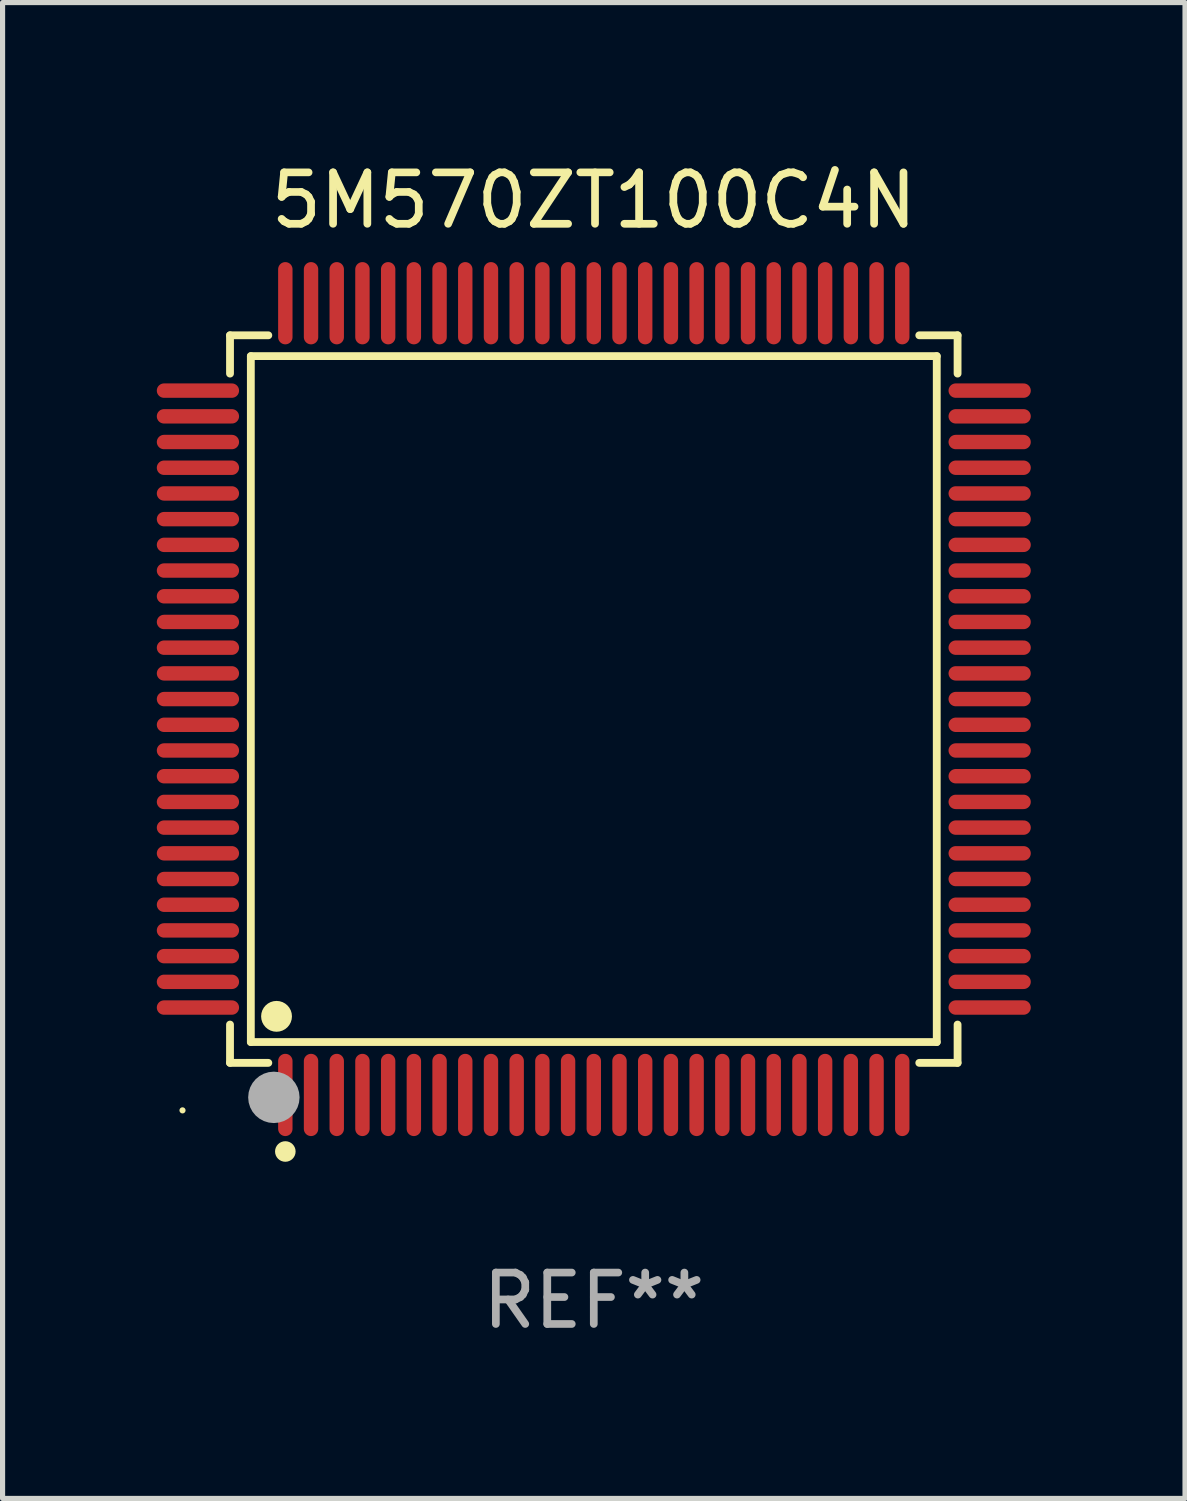
<source format=kicad_pcb>
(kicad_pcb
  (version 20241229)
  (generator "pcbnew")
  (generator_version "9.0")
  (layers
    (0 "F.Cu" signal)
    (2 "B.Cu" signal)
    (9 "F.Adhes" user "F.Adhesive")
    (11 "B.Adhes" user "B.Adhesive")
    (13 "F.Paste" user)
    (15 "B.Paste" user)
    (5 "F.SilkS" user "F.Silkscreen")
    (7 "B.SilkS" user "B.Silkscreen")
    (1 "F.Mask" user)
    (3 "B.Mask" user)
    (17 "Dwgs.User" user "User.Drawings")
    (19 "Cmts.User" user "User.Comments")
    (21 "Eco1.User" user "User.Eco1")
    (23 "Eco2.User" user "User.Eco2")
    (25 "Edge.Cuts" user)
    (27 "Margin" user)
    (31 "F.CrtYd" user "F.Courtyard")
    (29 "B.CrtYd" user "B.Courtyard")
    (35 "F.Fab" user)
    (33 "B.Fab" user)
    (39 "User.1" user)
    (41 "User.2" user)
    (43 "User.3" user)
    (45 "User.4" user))
  (footprint "5M570ZT100C4N"
    (layer "F.Cu")
    (at 8.5 10.548)
    (property "Reference" "5M570ZT100C4N" (at 0 -9.7 0) (layer "F.SilkS") (effects (font (size 1 1) (thickness 0.15))))
    (attr through_hole)
    (fp_line (start -7.076 -7.076) (end -6.331 -7.076) (stroke (width 0.152) (type solid)) (layer "F.SilkS"))
    (fp_line (start -7.076 -6.331) (end -7.076 -7.076) (stroke (width 0.152) (type solid)) (layer "F.SilkS"))
    (fp_line (start -7.076 6.331) (end -7.076 7.076) (stroke (width 0.152) (type solid)) (layer "F.SilkS"))
    (fp_line (start -7.076 7.076) (end -6.331 7.076) (stroke (width 0.152) (type solid)) (layer "F.SilkS"))
    (fp_line (start -6.671 -6.671) (end 6.671 -6.671) (stroke (width 0.152) (type solid)) (layer "F.SilkS"))
    (fp_line (start -6.671 6.671) (end -6.671 -6.671) (stroke (width 0.152) (type solid)) (layer "F.SilkS"))
    (fp_line (start 6.671 -6.671) (end 6.671 6.671) (stroke (width 0.152) (type solid)) (layer "F.SilkS"))
    (fp_line (start 6.671 6.671) (end -6.671 6.671) (stroke (width 0.152) (type solid)) (layer "F.SilkS"))
    (fp_line (start 7.076 -7.076) (end 6.331 -7.076) (stroke (width 0.152) (type solid)) (layer "F.SilkS"))
    (fp_line (start 7.076 -6.331) (end 7.076 -7.076) (stroke (width 0.152) (type solid)) (layer "F.SilkS"))
    (fp_line (start 7.076 6.331) (end 7.076 7.076) (stroke (width 0.152) (type solid)) (layer "F.SilkS"))
    (fp_line (start 7.076 7.076) (end 6.331 7.076) (stroke (width 0.152) (type solid)) (layer "F.SilkS"))
    (fp_circle (center -8 8) (end -7.97 8) (stroke (width 0.06) (type solid)) (fill no) (layer "F.SilkS"))
    (fp_circle (center -6.171 6.171) (end -6.021 6.171) (stroke (width 0.3) (type solid)) (fill no) (layer "F.SilkS"))
    (fp_circle (center -6 8.8) (end -5.9 8.8) (stroke (width 0.2) (type solid)) (fill no) (layer "F.SilkS"))
    (fp_circle (center -6.223 7.747) (end -5.973 7.747) (stroke (width 0.5) (type solid)) (fill no) (layer "F.Fab"))
    (fp_text user "REF**" (at 0 11.7 0) (layer "F.Fab") (effects (font (size 1 1) (thickness 0.15))))
    (pad "1" smd oval (at -6 7.7) (size 0.28 1.6) (layers "F.Cu" "F.Mask" "F.Paste"))
    (pad "2" smd oval (at -5.5 7.7) (size 0.28 1.6) (layers "F.Cu" "F.Mask" "F.Paste"))
    (pad "3" smd oval (at -5 7.7) (size 0.28 1.6) (layers "F.Cu" "F.Mask" "F.Paste"))
    (pad "4" smd oval (at -4.5 7.7) (size 0.28 1.6) (layers "F.Cu" "F.Mask" "F.Paste"))
    (pad "5" smd oval (at -4 7.7) (size 0.28 1.6) (layers "F.Cu" "F.Mask" "F.Paste"))
    (pad "6" smd oval (at -3.5 7.7) (size 0.28 1.6) (layers "F.Cu" "F.Mask" "F.Paste"))
    (pad "7" smd oval (at -3 7.7) (size 0.28 1.6) (layers "F.Cu" "F.Mask" "F.Paste"))
    (pad "8" smd oval (at -2.5 7.7) (size 0.28 1.6) (layers "F.Cu" "F.Mask" "F.Paste"))
    (pad "9" smd oval (at -2 7.7) (size 0.28 1.6) (layers "F.Cu" "F.Mask" "F.Paste"))
    (pad "10" smd oval (at -1.5 7.7) (size 0.28 1.6) (layers "F.Cu" "F.Mask" "F.Paste"))
    (pad "11" smd oval (at -1 7.7) (size 0.28 1.6) (layers "F.Cu" "F.Mask" "F.Paste"))
    (pad "12" smd oval (at -0.5 7.7) (size 0.28 1.6) (layers "F.Cu" "F.Mask" "F.Paste"))
    (pad "13" smd oval (at 0 7.7) (size 0.28 1.6) (layers "F.Cu" "F.Mask" "F.Paste"))
    (pad "14" smd oval (at 0.5 7.7) (size 0.28 1.6) (layers "F.Cu" "F.Mask" "F.Paste"))
    (pad "15" smd oval (at 1 7.7) (size 0.28 1.6) (layers "F.Cu" "F.Mask" "F.Paste"))
    (pad "16" smd oval (at 1.5 7.7) (size 0.28 1.6) (layers "F.Cu" "F.Mask" "F.Paste"))
    (pad "17" smd oval (at 2 7.7) (size 0.28 1.6) (layers "F.Cu" "F.Mask" "F.Paste"))
    (pad "18" smd oval (at 2.5 7.7) (size 0.28 1.6) (layers "F.Cu" "F.Mask" "F.Paste"))
    (pad "19" smd oval (at 3 7.7) (size 0.28 1.6) (layers "F.Cu" "F.Mask" "F.Paste"))
    (pad "20" smd oval (at 3.5 7.7) (size 0.28 1.6) (layers "F.Cu" "F.Mask" "F.Paste"))
    (pad "21" smd oval (at 4 7.7) (size 0.28 1.6) (layers "F.Cu" "F.Mask" "F.Paste"))
    (pad "22" smd oval (at 4.5 7.7) (size 0.28 1.6) (layers "F.Cu" "F.Mask" "F.Paste"))
    (pad "23" smd oval (at 5 7.7) (size 0.28 1.6) (layers "F.Cu" "F.Mask" "F.Paste"))
    (pad "24" smd oval (at 5.5 7.7) (size 0.28 1.6) (layers "F.Cu" "F.Mask" "F.Paste"))
    (pad "25" smd oval (at 6 7.7) (size 0.28 1.6) (layers "F.Cu" "F.Mask" "F.Paste"))
    (pad "26" smd oval (at 7.7 6) (size 1.6 0.28) (layers "F.Cu" "F.Mask" "F.Paste"))
    (pad "27" smd oval (at 7.7 5.5) (size 1.6 0.28) (layers "F.Cu" "F.Mask" "F.Paste"))
    (pad "28" smd oval (at 7.7 5) (size 1.6 0.28) (layers "F.Cu" "F.Mask" "F.Paste"))
    (pad "29" smd oval (at 7.7 4.5) (size 1.6 0.28) (layers "F.Cu" "F.Mask" "F.Paste"))
    (pad "30" smd oval (at 7.7 4) (size 1.6 0.28) (layers "F.Cu" "F.Mask" "F.Paste"))
    (pad "31" smd oval (at 7.7 3.5) (size 1.6 0.28) (layers "F.Cu" "F.Mask" "F.Paste"))
    (pad "32" smd oval (at 7.7 3) (size 1.6 0.28) (layers "F.Cu" "F.Mask" "F.Paste"))
    (pad "33" smd oval (at 7.7 2.5) (size 1.6 0.28) (layers "F.Cu" "F.Mask" "F.Paste"))
    (pad "34" smd oval (at 7.7 2) (size 1.6 0.28) (layers "F.Cu" "F.Mask" "F.Paste"))
    (pad "35" smd oval (at 7.7 1.5) (size 1.6 0.28) (layers "F.Cu" "F.Mask" "F.Paste"))
    (pad "36" smd oval (at 7.7 1) (size 1.6 0.28) (layers "F.Cu" "F.Mask" "F.Paste"))
    (pad "37" smd oval (at 7.7 0.5) (size 1.6 0.28) (layers "F.Cu" "F.Mask" "F.Paste"))
    (pad "38" smd oval (at 7.7 0) (size 1.6 0.28) (layers "F.Cu" "F.Mask" "F.Paste"))
    (pad "39" smd oval (at 7.7 -0.5) (size 1.6 0.28) (layers "F.Cu" "F.Mask" "F.Paste"))
    (pad "40" smd oval (at 7.7 -1) (size 1.6 0.28) (layers "F.Cu" "F.Mask" "F.Paste"))
    (pad "41" smd oval (at 7.7 -1.5) (size 1.6 0.28) (layers "F.Cu" "F.Mask" "F.Paste"))
    (pad "42" smd oval (at 7.7 -2) (size 1.6 0.28) (layers "F.Cu" "F.Mask" "F.Paste"))
    (pad "43" smd oval (at 7.7 -2.5) (size 1.6 0.28) (layers "F.Cu" "F.Mask" "F.Paste"))
    (pad "44" smd oval (at 7.7 -3) (size 1.6 0.28) (layers "F.Cu" "F.Mask" "F.Paste"))
    (pad "45" smd oval (at 7.7 -3.5) (size 1.6 0.28) (layers "F.Cu" "F.Mask" "F.Paste"))
    (pad "46" smd oval (at 7.7 -4) (size 1.6 0.28) (layers "F.Cu" "F.Mask" "F.Paste"))
    (pad "47" smd oval (at 7.7 -4.5) (size 1.6 0.28) (layers "F.Cu" "F.Mask" "F.Paste"))
    (pad "48" smd oval (at 7.7 -5) (size 1.6 0.28) (layers "F.Cu" "F.Mask" "F.Paste"))
    (pad "49" smd oval (at 7.7 -5.5) (size 1.6 0.28) (layers "F.Cu" "F.Mask" "F.Paste"))
    (pad "50" smd oval (at 7.7 -6) (size 1.6 0.28) (layers "F.Cu" "F.Mask" "F.Paste"))
    (pad "51" smd oval (at 6 -7.7) (size 0.28 1.6) (layers "F.Cu" "F.Mask" "F.Paste"))
    (pad "52" smd oval (at 5.5 -7.7) (size 0.28 1.6) (layers "F.Cu" "F.Mask" "F.Paste"))
    (pad "53" smd oval (at 5 -7.7) (size 0.28 1.6) (layers "F.Cu" "F.Mask" "F.Paste"))
    (pad "54" smd oval (at 4.5 -7.7) (size 0.28 1.6) (layers "F.Cu" "F.Mask" "F.Paste"))
    (pad "55" smd oval (at 4 -7.7) (size 0.28 1.6) (layers "F.Cu" "F.Mask" "F.Paste"))
    (pad "56" smd oval (at 3.5 -7.7) (size 0.28 1.6) (layers "F.Cu" "F.Mask" "F.Paste"))
    (pad "57" smd oval (at 3 -7.7) (size 0.28 1.6) (layers "F.Cu" "F.Mask" "F.Paste"))
    (pad "58" smd oval (at 2.5 -7.7) (size 0.28 1.6) (layers "F.Cu" "F.Mask" "F.Paste"))
    (pad "59" smd oval (at 2 -7.7) (size 0.28 1.6) (layers "F.Cu" "F.Mask" "F.Paste"))
    (pad "60" smd oval (at 1.5 -7.7) (size 0.28 1.6) (layers "F.Cu" "F.Mask" "F.Paste"))
    (pad "61" smd oval (at 1 -7.7) (size 0.28 1.6) (layers "F.Cu" "F.Mask" "F.Paste"))
    (pad "62" smd oval (at 0.5 -7.7) (size 0.28 1.6) (layers "F.Cu" "F.Mask" "F.Paste"))
    (pad "63" smd oval (at 0 -7.7) (size 0.28 1.6) (layers "F.Cu" "F.Mask" "F.Paste"))
    (pad "64" smd oval (at -0.5 -7.7) (size 0.28 1.6) (layers "F.Cu" "F.Mask" "F.Paste"))
    (pad "65" smd oval (at -1 -7.7) (size 0.28 1.6) (layers "F.Cu" "F.Mask" "F.Paste"))
    (pad "66" smd oval (at -1.5 -7.7) (size 0.28 1.6) (layers "F.Cu" "F.Mask" "F.Paste"))
    (pad "67" smd oval (at -2 -7.7) (size 0.28 1.6) (layers "F.Cu" "F.Mask" "F.Paste"))
    (pad "68" smd oval (at -2.5 -7.7) (size 0.28 1.6) (layers "F.Cu" "F.Mask" "F.Paste"))
    (pad "69" smd oval (at -3 -7.7) (size 0.28 1.6) (layers "F.Cu" "F.Mask" "F.Paste"))
    (pad "70" smd oval (at -3.5 -7.7) (size 0.28 1.6) (layers "F.Cu" "F.Mask" "F.Paste"))
    (pad "71" smd oval (at -4 -7.7) (size 0.28 1.6) (layers "F.Cu" "F.Mask" "F.Paste"))
    (pad "72" smd oval (at -4.5 -7.7) (size 0.28 1.6) (layers "F.Cu" "F.Mask" "F.Paste"))
    (pad "73" smd oval (at -5 -7.7) (size 0.28 1.6) (layers "F.Cu" "F.Mask" "F.Paste"))
    (pad "74" smd oval (at -5.5 -7.7) (size 0.28 1.6) (layers "F.Cu" "F.Mask" "F.Paste"))
    (pad "75" smd oval (at -6 -7.7) (size 0.28 1.6) (layers "F.Cu" "F.Mask" "F.Paste"))
    (pad "76" smd oval (at -7.7 -6) (size 1.6 0.28) (layers "F.Cu" "F.Mask" "F.Paste"))
    (pad "77" smd oval (at -7.7 -5.5) (size 1.6 0.28) (layers "F.Cu" "F.Mask" "F.Paste"))
    (pad "78" smd oval (at -7.7 -5) (size 1.6 0.28) (layers "F.Cu" "F.Mask" "F.Paste"))
    (pad "79" smd oval (at -7.7 -4.5) (size 1.6 0.28) (layers "F.Cu" "F.Mask" "F.Paste"))
    (pad "80" smd oval (at -7.7 -4) (size 1.6 0.28) (layers "F.Cu" "F.Mask" "F.Paste"))
    (pad "81" smd oval (at -7.7 -3.5) (size 1.6 0.28) (layers "F.Cu" "F.Mask" "F.Paste"))
    (pad "82" smd oval (at -7.7 -3) (size 1.6 0.28) (layers "F.Cu" "F.Mask" "F.Paste"))
    (pad "83" smd oval (at -7.7 -2.5) (size 1.6 0.28) (layers "F.Cu" "F.Mask" "F.Paste"))
    (pad "84" smd oval (at -7.7 -2) (size 1.6 0.28) (layers "F.Cu" "F.Mask" "F.Paste"))
    (pad "85" smd oval (at -7.7 -1.5) (size 1.6 0.28) (layers "F.Cu" "F.Mask" "F.Paste"))
    (pad "86" smd oval (at -7.7 -1) (size 1.6 0.28) (layers "F.Cu" "F.Mask" "F.Paste"))
    (pad "87" smd oval (at -7.7 -0.5) (size 1.6 0.28) (layers "F.Cu" "F.Mask" "F.Paste"))
    (pad "88" smd oval (at -7.7 0) (size 1.6 0.28) (layers "F.Cu" "F.Mask" "F.Paste"))
    (pad "89" smd oval (at -7.7 0.5) (size 1.6 0.28) (layers "F.Cu" "F.Mask" "F.Paste"))
    (pad "90" smd oval (at -7.7 1) (size 1.6 0.28) (layers "F.Cu" "F.Mask" "F.Paste"))
    (pad "91" smd oval (at -7.7 1.5) (size 1.6 0.28) (layers "F.Cu" "F.Mask" "F.Paste"))
    (pad "92" smd oval (at -7.7 2) (size 1.6 0.28) (layers "F.Cu" "F.Mask" "F.Paste"))
    (pad "93" smd oval (at -7.7 2.5) (size 1.6 0.28) (layers "F.Cu" "F.Mask" "F.Paste"))
    (pad "94" smd oval (at -7.7 3) (size 1.6 0.28) (layers "F.Cu" "F.Mask" "F.Paste"))
    (pad "95" smd oval (at -7.7 3.5) (size 1.6 0.28) (layers "F.Cu" "F.Mask" "F.Paste"))
    (pad "96" smd oval (at -7.7 4) (size 1.6 0.28) (layers "F.Cu" "F.Mask" "F.Paste"))
    (pad "97" smd oval (at -7.7 4.5) (size 1.6 0.28) (layers "F.Cu" "F.Mask" "F.Paste"))
    (pad "98" smd oval (at -7.7 5) (size 1.6 0.28) (layers "F.Cu" "F.Mask" "F.Paste"))
    (pad "99" smd oval (at -7.7 5.5) (size 1.6 0.28) (layers "F.Cu" "F.Mask" "F.Paste"))
    (pad "100" smd oval (at -7.7 6) (size 1.6 0.28) (layers "F.Cu" "F.Mask" "F.Paste")))
  (gr_rect
    (start -3 -3)
    (end 20 26.097)
    (stroke (width 0.1) (type default))
    (fill no)
    (layer "Edge.Cuts")))
</source>
